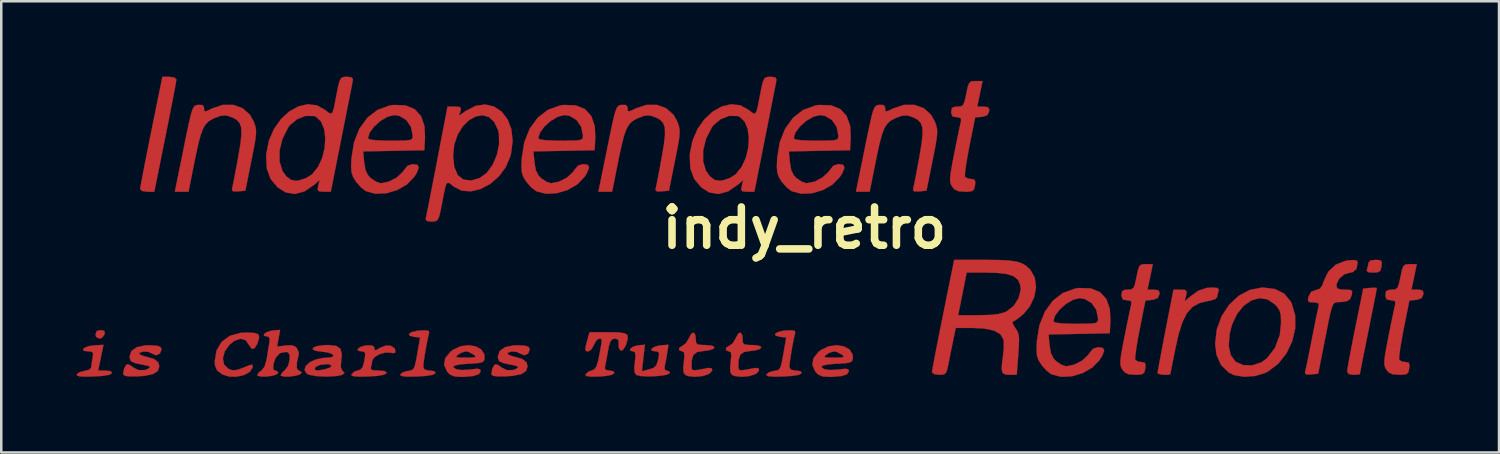
<source format=kicad_pcb>
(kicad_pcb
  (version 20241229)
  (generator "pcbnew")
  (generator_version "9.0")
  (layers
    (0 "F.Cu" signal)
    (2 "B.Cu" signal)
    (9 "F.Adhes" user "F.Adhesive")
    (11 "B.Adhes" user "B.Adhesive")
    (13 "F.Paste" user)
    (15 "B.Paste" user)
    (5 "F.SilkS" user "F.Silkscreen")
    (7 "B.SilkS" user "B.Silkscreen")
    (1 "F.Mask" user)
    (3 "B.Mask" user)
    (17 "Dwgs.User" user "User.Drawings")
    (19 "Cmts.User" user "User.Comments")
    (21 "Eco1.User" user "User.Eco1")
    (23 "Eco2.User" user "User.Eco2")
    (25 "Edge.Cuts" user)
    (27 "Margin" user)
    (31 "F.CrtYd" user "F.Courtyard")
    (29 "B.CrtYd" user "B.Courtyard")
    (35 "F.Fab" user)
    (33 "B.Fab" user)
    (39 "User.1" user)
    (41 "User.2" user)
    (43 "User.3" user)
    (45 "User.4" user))
  (footprint "indy_retro"
    (layer "F.Cu")
    (at 28.942 6.016)
    (property "Reference" "indy_retro" (at 0 0 0) (layer "F.SilkS") (effects (font (size 1.524 1.524) (thickness 0.3))))
    (attr through_hole)
    (fp_poly (pts (xy -27.843 4.092) (xy -27.824 4.202) (xy -27.831 4.233) (xy -27.934 4.372) (xy -28.035 4.403) (xy -28.169 4.338) (xy -28.194 4.233) (xy -28.142 4.099) (xy -27.99 4.064) (xy -27.843 4.092)) (stroke (width 0.01) (type solid)) (fill yes) (layer "F.Cu"))
    (fp_poly (pts (xy 22.908 1.283) (xy 22.974 1.354) (xy 22.963 1.524) (xy 22.917 1.696) (xy 22.811 1.766) (xy 22.63 1.778) (xy 22.434 1.762) (xy 22.373 1.704) (xy 22.385 1.644) (xy 22.432 1.453) (xy 22.437 1.39) (xy 22.514 1.297) (xy 22.718 1.27) (xy 22.908 1.283)) (stroke (width 0.01) (type solid)) (fill yes) (layer "F.Cu"))
    (fp_poly (pts (xy -25.054 -5.982) (xy -24.976 -5.907) (xy -24.976 -5.905) (xy -24.992 -5.797) (xy -25.037 -5.545) (xy -25.108 -5.174) (xy -25.199 -4.706) (xy -25.305 -4.165) (xy -25.415 -3.619) (xy -25.854 -1.439) (xy -26.135 -1.439) (xy -26.337 -1.468) (xy -26.417 -1.544) (xy -26.417 -1.545) (xy -26.401 -1.654) (xy -26.355 -1.905) (xy -26.285 -2.276) (xy -26.193 -2.744) (xy -26.086 -3.285) (xy -25.976 -3.831) (xy -25.534 -6.011) (xy -25.255 -6.011) (xy -25.054 -5.982)) (stroke (width 0.01) (type solid)) (fill yes) (layer "F.Cu"))
    (fp_poly (pts (xy 22.775 2.39) (xy 22.775 2.392) (xy 22.759 2.481) (xy 22.715 2.711) (xy 22.647 3.056) (xy 22.56 3.491) (xy 22.46 3.991) (xy 22.437 4.106) (xy 22.334 4.616) (xy 22.244 5.067) (xy 22.172 5.433) (xy 22.121 5.688) (xy 22.099 5.809) (xy 22.098 5.815) (xy 22.024 5.834) (xy 21.847 5.842) (xy 21.844 5.842) (xy 21.655 5.813) (xy 21.594 5.712) (xy 21.594 5.694) (xy 21.612 5.567) (xy 21.658 5.303) (xy 21.728 4.931) (xy 21.815 4.479) (xy 21.915 3.979) (xy 22.232 2.413) (xy 22.504 2.386) (xy 22.689 2.377) (xy 22.775 2.39)) (stroke (width 0.01) (type solid)) (fill yes) (layer "F.Cu"))
    (fp_poly (pts (xy -27.981 5.16) (xy -28.088 5.673) (xy -27.795 5.673) (xy -27.586 5.698) (xy -27.536 5.775) (xy -27.538 5.779) (xy -27.646 5.843) (xy -27.923 5.888) (xy -28.273 5.909) (xy -28.627 5.916) (xy -28.839 5.903) (xy -28.931 5.867) (xy -28.937 5.824) (xy -28.835 5.741) (xy -28.64 5.689) (xy -28.632 5.688) (xy -28.443 5.639) (xy -28.363 5.554) (xy -28.363 5.551) (xy -28.347 5.393) (xy -28.31 5.175) (xy -28.288 4.993) (xy -28.345 4.922) (xy -28.487 4.911) (xy -28.66 4.886) (xy -28.695 4.828) (xy -28.613 4.757) (xy -28.436 4.698) (xy -28.26 4.674) (xy -27.875 4.648) (xy -27.981 5.16)) (stroke (width 0.01) (type solid)) (fill yes) (layer "F.Cu"))
    (fp_poly (pts (xy -14.939 4.097) (xy -14.922 4.17) (xy -14.932 4.207) (xy -14.98 4.411) (xy -15.037 4.704) (xy -15.092 5.025) (xy -15.135 5.311) (xy -15.155 5.503) (xy -15.155 5.519) (xy -15.109 5.632) (xy -14.944 5.672) (xy -14.894 5.673) (xy -14.705 5.701) (xy -14.668 5.779) (xy -14.777 5.843) (xy -15.054 5.888) (xy -15.403 5.909) (xy -15.758 5.916) (xy -15.969 5.903) (xy -16.061 5.867) (xy -16.067 5.824) (xy -15.966 5.74) (xy -15.772 5.689) (xy -15.771 5.689) (xy -15.639 5.668) (xy -15.553 5.614) (xy -15.494 5.491) (xy -15.441 5.263) (xy -15.396 5.012) (xy -15.282 4.36) (xy -15.52 4.333) (xy -15.696 4.287) (xy -15.726 4.219) (xy -15.628 4.148) (xy -15.419 4.094) (xy -15.29 4.08) (xy -15.049 4.072) (xy -14.939 4.097)) (stroke (width 0.01) (type solid)) (fill yes) (layer "F.Cu"))
    (fp_poly (pts (xy -0.376 4.097) (xy -0.36 4.17) (xy -0.369 4.207) (xy -0.417 4.411) (xy -0.475 4.704) (xy -0.53 5.025) (xy -0.572 5.311) (xy -0.592 5.503) (xy -0.593 5.519) (xy -0.546 5.632) (xy -0.381 5.672) (xy -0.332 5.673) (xy -0.142 5.701) (xy -0.106 5.779) (xy -0.214 5.843) (xy -0.491 5.888) (xy -0.841 5.909) (xy -1.195 5.916) (xy -1.407 5.903) (xy -1.499 5.867) (xy -1.505 5.824) (xy -1.403 5.74) (xy -1.21 5.689) (xy -1.208 5.689) (xy -1.076 5.668) (xy -0.99 5.614) (xy -0.931 5.491) (xy -0.878 5.263) (xy -0.833 5.012) (xy -0.719 4.36) (xy -0.957 4.333) (xy -1.134 4.287) (xy -1.164 4.219) (xy -1.065 4.148) (xy -0.857 4.094) (xy -0.727 4.08) (xy -0.486 4.072) (xy -0.376 4.097)) (stroke (width 0.01) (type solid)) (fill yes) (layer "F.Cu"))
    (fp_poly (pts (xy -21.866 4.178) (xy -21.714 4.234) (xy -21.681 4.355) (xy -21.742 4.569) (xy -21.757 4.609) (xy -21.865 4.786) (xy -21.978 4.81) (xy -22.073 4.678) (xy -22.216 4.469) (xy -22.423 4.407) (xy -22.671 4.492) (xy -22.867 4.65) (xy -23.055 4.915) (xy -23.127 5.189) (xy -23.08 5.43) (xy -22.915 5.597) (xy -22.896 5.606) (xy -22.772 5.654) (xy -22.652 5.663) (xy -22.492 5.625) (xy -22.246 5.532) (xy -22.068 5.459) (xy -21.952 5.438) (xy -21.94 5.54) (xy -21.942 5.552) (xy -22.053 5.724) (xy -22.28 5.849) (xy -22.571 5.916) (xy -22.876 5.914) (xy -23.145 5.832) (xy -23.156 5.825) (xy -23.359 5.668) (xy -23.442 5.46) (xy -23.451 5.31) (xy -23.381 4.875) (xy -23.176 4.532) (xy -22.85 4.293) (xy -22.419 4.172) (xy -22.162 4.16) (xy -21.866 4.178)) (stroke (width 0.01) (type solid)) (fill yes) (layer "F.Cu"))
    (fp_poly (pts (xy 16.42 2.385) (xy 16.489 2.439) (xy 16.477 2.505) (xy 16.43 2.687) (xy 16.425 2.747) (xy 16.348 2.829) (xy 16.145 2.892) (xy 16.073 2.904) (xy 15.725 2.985) (xy 15.447 3.137) (xy 15.225 3.382) (xy 15.044 3.739) (xy 14.89 4.228) (xy 14.775 4.732) (xy 14.695 5.131) (xy 14.628 5.465) (xy 14.582 5.701) (xy 14.563 5.809) (xy 14.563 5.811) (xy 14.492 5.84) (xy 14.333 5.842) (xy 14.163 5.824) (xy 14.058 5.79) (xy 14.051 5.779) (xy 14.066 5.679) (xy 14.108 5.441) (xy 14.174 5.088) (xy 14.257 4.65) (xy 14.353 4.15) (xy 14.366 4.085) (xy 14.684 2.455) (xy 14.964 2.455) (xy 15.151 2.468) (xy 15.211 2.533) (xy 15.187 2.688) (xy 15.131 2.921) (xy 15.334 2.741) (xy 15.668 2.499) (xy 15.999 2.387) (xy 16.217 2.371) (xy 16.42 2.385)) (stroke (width 0.01) (type solid)) (fill yes) (layer "F.Cu"))
    (fp_poly (pts (xy -6.459 5.697) (xy -6.214 5.637) (xy -6.001 5.569) (xy -5.887 5.465) (xy -5.82 5.267) (xy -5.802 5.186) (xy -5.776 4.998) (xy -5.822 4.923) (xy -5.927 4.911) (xy -6.07 4.882) (xy -6.081 4.816) (xy -5.984 4.741) (xy -5.804 4.683) (xy -5.721 4.672) (xy -5.402 4.645) (xy -5.459 5.011) (xy -5.504 5.274) (xy -5.547 5.483) (xy -5.558 5.524) (xy -5.542 5.649) (xy -5.46 5.673) (xy -5.358 5.723) (xy -5.355 5.779) (xy -5.451 5.833) (xy -5.665 5.874) (xy -5.945 5.9) (xy -6.239 5.907) (xy -6.497 5.892) (xy -6.668 5.854) (xy -6.682 5.846) (xy -6.749 5.749) (xy -6.761 5.553) (xy -6.74 5.343) (xy -6.714 5.086) (xy -6.729 4.955) (xy -6.792 4.912) (xy -6.82 4.911) (xy -6.932 4.879) (xy -6.92 4.807) (xy -6.814 4.728) (xy -6.642 4.676) (xy -6.614 4.672) (xy -6.34 4.645) (xy -6.459 5.697)) (stroke (width 0.01) (type solid)) (fill yes) (layer "F.Cu"))
    (fp_poly (pts (xy -4.329 4.274) (xy -4.318 4.403) (xy -4.307 4.558) (xy -4.245 4.632) (xy -4.085 4.655) (xy -3.93 4.657) (xy -3.674 4.681) (xy -3.572 4.739) (xy -3.617 4.81) (xy -3.802 4.87) (xy -3.998 4.894) (xy -4.261 4.936) (xy -4.409 5.045) (xy -4.474 5.257) (xy -4.486 5.493) (xy -4.469 5.627) (xy -4.381 5.666) (xy -4.212 5.643) (xy -3.981 5.6) (xy -3.81 5.568) (xy -3.81 5.568) (xy -3.677 5.585) (xy -3.663 5.674) (xy -3.766 5.788) (xy -3.82 5.82) (xy -4.068 5.897) (xy -4.364 5.921) (xy -4.628 5.892) (xy -4.732 5.849) (xy -4.801 5.753) (xy -4.815 5.562) (xy -4.793 5.343) (xy -4.767 5.084) (xy -4.783 4.953) (xy -4.847 4.912) (xy -4.865 4.911) (xy -4.98 4.865) (xy -4.974 4.77) (xy -4.855 4.689) (xy -4.842 4.686) (xy -4.706 4.583) (xy -4.596 4.397) (xy -4.489 4.202) (xy -4.392 4.161) (xy -4.329 4.274)) (stroke (width 0.01) (type solid)) (fill yes) (layer "F.Cu"))
    (fp_poly (pts (xy -2.466 4.274) (xy -2.455 4.403) (xy -2.445 4.558) (xy -2.382 4.632) (xy -2.222 4.655) (xy -2.067 4.657) (xy -1.811 4.681) (xy -1.709 4.739) (xy -1.754 4.81) (xy -1.94 4.87) (xy -2.136 4.894) (xy -2.398 4.936) (xy -2.547 5.045) (xy -2.612 5.257) (xy -2.624 5.493) (xy -2.606 5.627) (xy -2.518 5.666) (xy -2.349 5.643) (xy -2.118 5.6) (xy -1.948 5.568) (xy -1.947 5.568) (xy -1.814 5.585) (xy -1.8 5.674) (xy -1.903 5.788) (xy -1.957 5.82) (xy -2.205 5.897) (xy -2.502 5.921) (xy -2.765 5.892) (xy -2.87 5.849) (xy -2.938 5.753) (xy -2.952 5.562) (xy -2.93 5.343) (xy -2.904 5.084) (xy -2.92 4.953) (xy -2.984 4.912) (xy -3.003 4.911) (xy -3.117 4.865) (xy -3.112 4.77) (xy -2.992 4.689) (xy -2.98 4.686) (xy -2.843 4.583) (xy -2.733 4.397) (xy -2.627 4.202) (xy -2.529 4.161) (xy -2.466 4.274)) (stroke (width 0.01) (type solid)) (fill yes) (layer "F.Cu"))
    (fp_poly (pts (xy -25.744 4.687) (xy -25.612 4.732) (xy -25.57 4.817) (xy -25.569 4.842) (xy -25.633 4.999) (xy -25.777 5.066) (xy -25.929 5.008) (xy -25.931 5.007) (xy -26.085 4.931) (xy -26.281 4.915) (xy -26.431 4.962) (xy -26.453 4.986) (xy -26.41 5.047) (xy -26.247 5.107) (xy -26.182 5.121) (xy -25.865 5.212) (xy -25.696 5.347) (xy -25.654 5.503) (xy -25.715 5.689) (xy -25.907 5.814) (xy -26.241 5.885) (xy -26.513 5.903) (xy -26.833 5.907) (xy -27.015 5.885) (xy -27.088 5.834) (xy -27.093 5.805) (xy -27.058 5.6) (xy -26.975 5.452) (xy -26.909 5.419) (xy -26.788 5.473) (xy -26.7 5.546) (xy -26.485 5.655) (xy -26.224 5.652) (xy -26.082 5.593) (xy -26.023 5.529) (xy -26.113 5.484) (xy -26.166 5.472) (xy -26.416 5.42) (xy -26.607 5.38) (xy -26.784 5.302) (xy -26.839 5.145) (xy -26.839 5.123) (xy -26.764 4.895) (xy -26.547 4.742) (xy -26.205 4.671) (xy -26.005 4.668) (xy -25.744 4.687)) (stroke (width 0.01) (type solid)) (fill yes) (layer "F.Cu"))
    (fp_poly (pts (xy -18.617 4.692) (xy -18.446 4.812) (xy -18.394 5.039) (xy -18.416 5.257) (xy -18.438 5.527) (xy -18.384 5.664) (xy -18.371 5.674) (xy -18.29 5.767) (xy -18.366 5.84) (xy -18.587 5.89) (xy -18.941 5.912) (xy -18.999 5.913) (xy -19.413 5.895) (xy -19.693 5.842) (xy -19.783 5.799) (xy -19.879 5.655) (xy -19.864 5.597) (xy -19.473 5.597) (xy -19.449 5.656) (xy -19.351 5.668) (xy -19.139 5.635) (xy -19.061 5.62) (xy -18.864 5.554) (xy -18.802 5.481) (xy -18.883 5.429) (xy -19.001 5.419) (xy -19.257 5.447) (xy -19.429 5.522) (xy -19.473 5.597) (xy -19.864 5.597) (xy -19.837 5.498) (xy -19.681 5.351) (xy -19.439 5.234) (xy -19.138 5.171) (xy -19.022 5.166) (xy -18.798 5.141) (xy -18.723 5.083) (xy -18.782 5.013) (xy -18.964 4.953) (xy -19.162 4.927) (xy -19.435 4.889) (xy -19.555 4.829) (xy -19.534 4.761) (xy -19.385 4.701) (xy -19.121 4.663) (xy -18.926 4.657) (xy -18.617 4.692)) (stroke (width 0.01) (type solid)) (fill yes) (layer "F.Cu"))
    (fp_poly (pts (xy -11.096 4.687) (xy -10.965 4.732) (xy -10.923 4.817) (xy -10.922 4.842) (xy -10.986 4.999) (xy -11.13 5.066) (xy -11.282 5.008) (xy -11.283 5.007) (xy -11.438 4.931) (xy -11.634 4.915) (xy -11.784 4.962) (xy -11.805 4.986) (xy -11.763 5.047) (xy -11.599 5.107) (xy -11.535 5.121) (xy -11.218 5.212) (xy -11.048 5.347) (xy -11.007 5.503) (xy -11.068 5.689) (xy -11.259 5.814) (xy -11.594 5.885) (xy -11.865 5.903) (xy -12.186 5.907) (xy -12.368 5.885) (xy -12.441 5.834) (xy -12.446 5.805) (xy -12.411 5.6) (xy -12.327 5.452) (xy -12.262 5.419) (xy -12.141 5.473) (xy -12.053 5.546) (xy -11.838 5.655) (xy -11.577 5.652) (xy -11.434 5.593) (xy -11.376 5.529) (xy -11.466 5.484) (xy -11.519 5.472) (xy -11.769 5.42) (xy -11.959 5.38) (xy -12.137 5.302) (xy -12.192 5.145) (xy -12.192 5.123) (xy -12.117 4.895) (xy -11.9 4.742) (xy -11.557 4.671) (xy -11.357 4.668) (xy -11.096 4.687)) (stroke (width 0.01) (type solid)) (fill yes) (layer "F.Cu"))
    (fp_poly (pts (xy -17.111 4.73) (xy -17.103 4.781) (xy -17.088 4.865) (xy -17.013 4.851) (xy -16.896 4.779) (xy -16.659 4.682) (xy -16.442 4.688) (xy -16.297 4.788) (xy -16.27 4.858) (xy -16.274 4.968) (xy -16.376 4.981) (xy -16.46 4.962) (xy -16.677 4.96) (xy -16.91 5.029) (xy -17.1 5.143) (xy -17.187 5.275) (xy -17.187 5.287) (xy -17.217 5.471) (xy -17.239 5.539) (xy -17.241 5.624) (xy -17.138 5.664) (xy -16.935 5.673) (xy -16.697 5.691) (xy -16.613 5.751) (xy -16.616 5.779) (xy -16.724 5.843) (xy -17.001 5.888) (xy -17.351 5.909) (xy -17.705 5.916) (xy -17.916 5.903) (xy -18.008 5.867) (xy -18.014 5.824) (xy -17.909 5.719) (xy -17.815 5.686) (xy -17.659 5.638) (xy -17.568 5.535) (xy -17.509 5.329) (xy -17.49 5.228) (xy -17.464 5.021) (xy -17.497 4.931) (xy -17.608 4.911) (xy -17.614 4.911) (xy -17.754 4.882) (xy -17.763 4.815) (xy -17.666 4.739) (xy -17.486 4.682) (xy -17.414 4.673) (xy -17.199 4.673) (xy -17.111 4.73)) (stroke (width 0.01) (type solid)) (fill yes) (layer "F.Cu"))
    (fp_poly (pts (xy -13.069 4.712) (xy -12.847 4.837) (xy -12.724 5.032) (xy -12.716 5.191) (xy -12.745 5.288) (xy -12.823 5.346) (xy -12.988 5.379) (xy -13.277 5.398) (xy -13.356 5.401) (xy -13.703 5.429) (xy -13.911 5.475) (xy -13.969 5.536) (xy -13.87 5.606) (xy -13.802 5.63) (xy -13.616 5.651) (xy -13.351 5.639) (xy -13.251 5.626) (xy -13.011 5.601) (xy -12.897 5.624) (xy -12.869 5.696) (xy -12.945 5.818) (xy -13.174 5.893) (xy -13.561 5.925) (xy -13.646 5.926) (xy -13.919 5.907) (xy -14.094 5.833) (xy -14.21 5.713) (xy -14.327 5.45) (xy -14.283 5.182) (xy -14.222 5.105) (xy -13.842 5.105) (xy -13.822 5.143) (xy -13.677 5.157) (xy -13.462 5.159) (xy -13.203 5.155) (xy -13.088 5.137) (xy -13.092 5.093) (xy -13.161 5.035) (xy -13.345 4.936) (xy -13.462 4.911) (xy -13.635 4.96) (xy -13.763 5.035) (xy -13.842 5.105) (xy -14.222 5.105) (xy -14.081 4.93) (xy -13.973 4.847) (xy -13.669 4.706) (xy -13.356 4.665) (xy -13.069 4.712)) (stroke (width 0.01) (type solid)) (fill yes) (layer "F.Cu"))
    (fp_poly (pts (xy 1.578 4.712) (xy 1.801 4.837) (xy 1.923 5.032) (xy 1.931 5.191) (xy 1.902 5.288) (xy 1.824 5.346) (xy 1.659 5.379) (xy 1.37 5.398) (xy 1.291 5.401) (xy 0.944 5.429) (xy 0.737 5.475) (xy 0.678 5.536) (xy 0.777 5.606) (xy 0.846 5.63) (xy 1.031 5.651) (xy 1.296 5.639) (xy 1.396 5.626) (xy 1.636 5.601) (xy 1.751 5.624) (xy 1.778 5.696) (xy 1.703 5.818) (xy 1.474 5.893) (xy 1.086 5.925) (xy 1.001 5.926) (xy 0.728 5.907) (xy 0.553 5.833) (xy 0.437 5.713) (xy 0.32 5.45) (xy 0.365 5.182) (xy 0.426 5.105) (xy 0.805 5.105) (xy 0.826 5.143) (xy 0.97 5.157) (xy 1.185 5.159) (xy 1.444 5.155) (xy 1.559 5.137) (xy 1.556 5.093) (xy 1.487 5.035) (xy 1.302 4.936) (xy 1.185 4.911) (xy 1.012 4.96) (xy 0.884 5.035) (xy 0.805 5.105) (xy 0.426 5.105) (xy 0.566 4.93) (xy 0.675 4.847) (xy 0.978 4.706) (xy 1.291 4.665) (xy 1.578 4.712)) (stroke (width 0.01) (type solid)) (fill yes) (layer "F.Cu"))
    (fp_poly (pts (xy 18.725 2.431) (xy 19.088 2.615) (xy 19.349 2.928) (xy 19.385 2.998) (xy 19.526 3.474) (xy 19.53 3.988) (xy 19.409 4.506) (xy 19.178 4.99) (xy 18.851 5.405) (xy 18.44 5.714) (xy 18.335 5.767) (xy 17.931 5.89) (xy 17.504 5.921) (xy 17.114 5.86) (xy 16.891 5.758) (xy 16.58 5.456) (xy 16.395 5.046) (xy 16.351 4.684) (xy 16.882 4.684) (xy 16.962 5.06) (xy 17.156 5.32) (xy 17.459 5.456) (xy 17.811 5.467) (xy 18.18 5.347) (xy 18.393 5.193) (xy 18.722 4.77) (xy 18.914 4.255) (xy 18.963 3.782) (xy 18.954 3.484) (xy 18.906 3.288) (xy 18.8 3.128) (xy 18.718 3.041) (xy 18.422 2.843) (xy 18.103 2.795) (xy 17.782 2.884) (xy 17.48 3.095) (xy 17.218 3.416) (xy 17.018 3.833) (xy 16.92 4.199) (xy 16.882 4.684) (xy 16.351 4.684) (xy 16.341 4.598) (xy 16.409 4.028) (xy 16.602 3.507) (xy 16.898 3.057) (xy 17.277 2.702) (xy 17.72 2.465) (xy 18.205 2.371) (xy 18.25 2.371) (xy 18.725 2.431)) (stroke (width 0.01) (type solid)) (fill yes) (layer "F.Cu"))
    (fp_poly (pts (xy -22.341 -4.761) (xy -22.048 -4.499) (xy -21.894 -4.219) (xy -21.841 -4.067) (xy -21.811 -3.927) (xy -21.806 -3.764) (xy -21.829 -3.545) (xy -21.881 -3.238) (xy -21.966 -2.807) (xy -21.994 -2.667) (xy -22.232 -1.482) (xy -22.515 -1.454) (xy -22.704 -1.448) (xy -22.767 -1.499) (xy -22.752 -1.603) (xy -22.72 -1.751) (xy -22.666 -2.027) (xy -22.596 -2.393) (xy -22.52 -2.81) (xy -22.515 -2.836) (xy -22.429 -3.349) (xy -22.389 -3.724) (xy -22.398 -3.99) (xy -22.461 -4.173) (xy -22.582 -4.301) (xy -22.746 -4.393) (xy -22.99 -4.474) (xy -23.216 -4.462) (xy -23.501 -4.352) (xy -23.507 -4.349) (xy -23.671 -4.256) (xy -23.802 -4.134) (xy -23.91 -3.959) (xy -24.007 -3.704) (xy -24.103 -3.343) (xy -24.21 -2.852) (xy -24.261 -2.603) (xy -24.493 -1.439) (xy -25.038 -1.439) (xy -24.69 -3.154) (xy -24.573 -3.728) (xy -24.482 -4.157) (xy -24.411 -4.463) (xy -24.352 -4.668) (xy -24.298 -4.792) (xy -24.242 -4.857) (xy -24.177 -4.885) (xy -24.109 -4.895) (xy -23.937 -4.889) (xy -23.878 -4.797) (xy -23.876 -4.756) (xy -23.868 -4.656) (xy -23.815 -4.635) (xy -23.676 -4.693) (xy -23.562 -4.75) (xy -23.127 -4.896) (xy -22.711 -4.896) (xy -22.341 -4.761)) (stroke (width 0.01) (type solid)) (fill yes) (layer "F.Cu"))
    (fp_poly (pts (xy -7.396 4.155) (xy -7.153 4.187) (xy -7.034 4.262) (xy -7.018 4.398) (xy -7.081 4.616) (xy -7.113 4.7) (xy -7.219 4.861) (xy -7.324 4.87) (xy -7.385 4.741) (xy -7.384 4.627) (xy -7.394 4.458) (xy -7.495 4.404) (xy -7.526 4.403) (xy -7.637 4.425) (xy -7.714 4.516) (xy -7.774 4.707) (xy -7.834 5.034) (xy -7.835 5.038) (xy -7.88 5.294) (xy -7.922 5.496) (xy -7.929 5.524) (xy -7.921 5.635) (xy -7.787 5.672) (xy -7.746 5.673) (xy -7.582 5.705) (xy -7.556 5.779) (xy -7.662 5.845) (xy -7.919 5.892) (xy -8.164 5.91) (xy -8.48 5.916) (xy -8.652 5.896) (xy -8.705 5.848) (xy -8.702 5.827) (xy -8.599 5.726) (xy -8.464 5.672) (xy -8.348 5.622) (xy -8.268 5.509) (xy -8.203 5.296) (xy -8.158 5.077) (xy -8.095 4.744) (xy -8.063 4.544) (xy -8.061 4.442) (xy -8.09 4.407) (xy -8.151 4.403) (xy -8.162 4.403) (xy -8.27 4.474) (xy -8.366 4.648) (xy -8.369 4.657) (xy -8.468 4.833) (xy -8.585 4.911) (xy -8.589 4.911) (xy -8.681 4.898) (xy -8.712 4.834) (xy -8.688 4.679) (xy -8.632 4.466) (xy -8.543 4.149) (xy -7.785 4.149) (xy -7.396 4.155)) (stroke (width 0.01) (type solid)) (fill yes) (layer "F.Cu"))
    (fp_poly (pts (xy -5.492 -4.761) (xy -5.199 -4.499) (xy -5.045 -4.219) (xy -4.992 -4.067) (xy -4.962 -3.927) (xy -4.958 -3.764) (xy -4.98 -3.545) (xy -5.033 -3.238) (xy -5.117 -2.807) (xy -5.145 -2.667) (xy -5.383 -1.482) (xy -5.667 -1.454) (xy -5.855 -1.448) (xy -5.918 -1.499) (xy -5.904 -1.603) (xy -5.871 -1.751) (xy -5.817 -2.027) (xy -5.748 -2.393) (xy -5.671 -2.81) (xy -5.666 -2.836) (xy -5.58 -3.349) (xy -5.54 -3.724) (xy -5.55 -3.99) (xy -5.613 -4.173) (xy -5.733 -4.301) (xy -5.898 -4.393) (xy -6.141 -4.474) (xy -6.367 -4.462) (xy -6.652 -4.352) (xy -6.658 -4.349) (xy -6.823 -4.256) (xy -6.953 -4.134) (xy -7.061 -3.959) (xy -7.158 -3.704) (xy -7.254 -3.343) (xy -7.362 -2.852) (xy -7.412 -2.603) (xy -7.644 -1.439) (xy -8.19 -1.439) (xy -7.841 -3.154) (xy -7.724 -3.728) (xy -7.634 -4.157) (xy -7.562 -4.463) (xy -7.503 -4.668) (xy -7.449 -4.792) (xy -7.393 -4.857) (xy -7.328 -4.885) (xy -7.26 -4.895) (xy -7.088 -4.889) (xy -7.029 -4.797) (xy -7.027 -4.756) (xy -7.019 -4.656) (xy -6.967 -4.635) (xy -6.827 -4.693) (xy -6.713 -4.75) (xy -6.279 -4.896) (xy -5.862 -4.896) (xy -5.492 -4.761)) (stroke (width 0.01) (type solid)) (fill yes) (layer "F.Cu"))
    (fp_poly (pts (xy 4.753 -4.761) (xy 5.045 -4.499) (xy 5.199 -4.219) (xy 5.252 -4.067) (xy 5.282 -3.927) (xy 5.287 -3.764) (xy 5.264 -3.545) (xy 5.212 -3.238) (xy 5.128 -2.807) (xy 5.1 -2.667) (xy 4.861 -1.482) (xy 4.578 -1.454) (xy 4.39 -1.448) (xy 4.327 -1.499) (xy 4.341 -1.603) (xy 4.373 -1.751) (xy 4.428 -2.027) (xy 4.497 -2.393) (xy 4.574 -2.81) (xy 4.579 -2.836) (xy 4.664 -3.349) (xy 4.704 -3.724) (xy 4.695 -3.99) (xy 4.632 -4.173) (xy 4.511 -4.301) (xy 4.347 -4.393) (xy 4.104 -4.474) (xy 3.877 -4.462) (xy 3.592 -4.352) (xy 3.586 -4.349) (xy 3.422 -4.256) (xy 3.292 -4.134) (xy 3.183 -3.959) (xy 3.087 -3.704) (xy 2.99 -3.343) (xy 2.883 -2.852) (xy 2.833 -2.603) (xy 2.601 -1.439) (xy 2.055 -1.439) (xy 2.403 -3.154) (xy 2.52 -3.728) (xy 2.611 -4.157) (xy 2.682 -4.463) (xy 2.741 -4.668) (xy 2.795 -4.792) (xy 2.851 -4.857) (xy 2.916 -4.885) (xy 2.985 -4.895) (xy 3.157 -4.889) (xy 3.215 -4.797) (xy 3.217 -4.756) (xy 3.225 -4.656) (xy 3.278 -4.635) (xy 3.418 -4.693) (xy 3.532 -4.75) (xy 3.966 -4.896) (xy 4.383 -4.896) (xy 4.753 -4.761)) (stroke (width 0.01) (type solid)) (fill yes) (layer "F.Cu"))
    (fp_poly (pts (xy -20.91 4.388) (xy -20.971 4.722) (xy -20.633 4.676) (xy -20.382 4.665) (xy -20.234 4.726) (xy -20.186 4.779) (xy -20.11 4.94) (xy -20.107 5.025) (xy -20.184 5.358) (xy -20.186 5.58) (xy -20.114 5.671) (xy -20.099 5.673) (xy -20.003 5.725) (xy -20.002 5.779) (xy -20.093 5.841) (xy -20.279 5.888) (xy -20.503 5.914) (xy -20.702 5.912) (xy -20.818 5.878) (xy -20.828 5.857) (xy -20.766 5.752) (xy -20.664 5.662) (xy -20.533 5.485) (xy -20.473 5.249) (xy -20.473 5.044) (xy -20.536 4.953) (xy -20.616 4.933) (xy -20.856 4.979) (xy -21.031 5.171) (xy -21.108 5.397) (xy -21.129 5.591) (xy -21.078 5.666) (xy -21.03 5.673) (xy -20.934 5.725) (xy -20.933 5.779) (xy -21.025 5.843) (xy -21.212 5.89) (xy -21.435 5.914) (xy -21.635 5.909) (xy -21.75 5.872) (xy -21.759 5.85) (xy -21.693 5.744) (xy -21.601 5.679) (xy -21.472 5.524) (xy -21.389 5.243) (xy -21.387 5.231) (xy -21.339 4.927) (xy -21.29 4.639) (xy -21.282 4.593) (xy -21.264 4.401) (xy -21.317 4.326) (xy -21.376 4.318) (xy -21.495 4.289) (xy -21.488 4.221) (xy -21.383 4.144) (xy -21.21 4.089) (xy -21.15 4.081) (xy -20.849 4.055) (xy -20.91 4.388)) (stroke (width 0.01) (type solid)) (fill yes) (layer "F.Cu"))
    (fp_poly (pts (xy 13.652 2.455) (xy 13.902 2.455) (xy 14.077 2.476) (xy 14.13 2.563) (xy 14.124 2.646) (xy 14.056 2.792) (xy 13.877 2.857) (xy 13.833 2.862) (xy 13.569 2.888) (xy 13.342 4.027) (xy 13.262 4.449) (xy 13.203 4.813) (xy 13.168 5.086) (xy 13.162 5.235) (xy 13.166 5.25) (xy 13.283 5.317) (xy 13.41 5.334) (xy 13.542 5.358) (xy 13.577 5.464) (xy 13.565 5.588) (xy 13.527 5.747) (xy 13.443 5.82) (xy 13.26 5.841) (xy 13.158 5.842) (xy 12.898 5.821) (xy 12.739 5.74) (xy 12.653 5.636) (xy 12.601 5.541) (xy 12.574 5.432) (xy 12.573 5.278) (xy 12.602 5.047) (xy 12.662 4.709) (xy 12.741 4.302) (xy 12.827 3.875) (xy 12.904 3.499) (xy 12.965 3.21) (xy 13.003 3.043) (xy 13.007 3.027) (xy 13 2.915) (xy 12.866 2.879) (xy 12.833 2.879) (xy 12.669 2.846) (xy 12.617 2.715) (xy 12.615 2.667) (xy 12.643 2.515) (xy 12.761 2.46) (xy 12.865 2.455) (xy 13.005 2.444) (xy 13.091 2.386) (xy 13.151 2.24) (xy 13.21 1.969) (xy 13.215 1.947) (xy 13.274 1.668) (xy 13.332 1.516) (xy 13.417 1.453) (xy 13.557 1.439) (xy 13.59 1.439) (xy 13.864 1.439) (xy 13.652 2.455)) (stroke (width 0.01) (type solid)) (fill yes) (layer "F.Cu"))
    (fp_poly (pts (xy 6.985 -5.334) (xy 6.879 -4.826) (xy 7.128 -4.826) (xy 7.304 -4.805) (xy 7.356 -4.718) (xy 7.351 -4.636) (xy 7.283 -4.489) (xy 7.104 -4.424) (xy 7.06 -4.419) (xy 6.796 -4.394) (xy 6.568 -3.254) (xy 6.489 -2.833) (xy 6.429 -2.469) (xy 6.394 -2.196) (xy 6.389 -2.046) (xy 6.393 -2.031) (xy 6.51 -1.965) (xy 6.637 -1.947) (xy 6.769 -1.923) (xy 6.804 -1.817) (xy 6.791 -1.693) (xy 6.754 -1.535) (xy 6.67 -1.461) (xy 6.487 -1.44) (xy 6.385 -1.439) (xy 6.125 -1.46) (xy 5.965 -1.541) (xy 5.88 -1.646) (xy 5.828 -1.74) (xy 5.8 -1.849) (xy 5.8 -2.003) (xy 5.829 -2.234) (xy 5.889 -2.572) (xy 5.968 -2.979) (xy 6.054 -3.407) (xy 6.131 -3.783) (xy 6.192 -4.072) (xy 6.23 -4.238) (xy 6.234 -4.255) (xy 6.227 -4.366) (xy 6.093 -4.402) (xy 6.059 -4.403) (xy 5.895 -4.436) (xy 5.843 -4.567) (xy 5.842 -4.614) (xy 5.87 -4.767) (xy 5.988 -4.821) (xy 6.092 -4.826) (xy 6.232 -4.837) (xy 6.318 -4.896) (xy 6.378 -5.041) (xy 6.437 -5.312) (xy 6.441 -5.334) (xy 6.501 -5.614) (xy 6.559 -5.765) (xy 6.643 -5.829) (xy 6.784 -5.842) (xy 6.816 -5.842) (xy 7.091 -5.842) (xy 6.985 -5.334)) (stroke (width 0.01) (type solid)) (fill yes) (layer "F.Cu"))
    (fp_poly (pts (xy 24.257 1.947) (xy 24.151 2.455) (xy 24.4 2.455) (xy 24.576 2.476) (xy 24.628 2.563) (xy 24.623 2.646) (xy 24.555 2.792) (xy 24.376 2.857) (xy 24.332 2.862) (xy 24.068 2.888) (xy 23.84 4.027) (xy 23.761 4.449) (xy 23.701 4.813) (xy 23.666 5.086) (xy 23.661 5.235) (xy 23.665 5.25) (xy 23.782 5.317) (xy 23.909 5.334) (xy 24.041 5.358) (xy 24.076 5.464) (xy 24.063 5.588) (xy 24.026 5.747) (xy 23.942 5.82) (xy 23.759 5.841) (xy 23.657 5.842) (xy 23.397 5.821) (xy 23.237 5.74) (xy 23.152 5.636) (xy 23.1 5.541) (xy 23.072 5.432) (xy 23.072 5.278) (xy 23.101 5.047) (xy 23.161 4.709) (xy 23.24 4.302) (xy 23.326 3.875) (xy 23.403 3.499) (xy 23.464 3.21) (xy 23.502 3.043) (xy 23.506 3.027) (xy 23.499 2.915) (xy 23.365 2.879) (xy 23.331 2.879) (xy 23.167 2.846) (xy 23.115 2.715) (xy 23.114 2.667) (xy 23.142 2.515) (xy 23.26 2.46) (xy 23.364 2.455) (xy 23.504 2.444) (xy 23.59 2.386) (xy 23.65 2.24) (xy 23.709 1.969) (xy 23.713 1.947) (xy 23.773 1.668) (xy 23.831 1.516) (xy 23.915 1.453) (xy 24.056 1.439) (xy 24.088 1.439) (xy 24.363 1.439) (xy 24.257 1.947)) (stroke (width 0.01) (type solid)) (fill yes) (layer "F.Cu"))
    (fp_poly (pts (xy 21.985 1.304) (xy 22.013 1.379) (xy 21.96 1.637) (xy 21.805 1.765) (xy 21.708 1.778) (xy 21.477 1.847) (xy 21.278 2.017) (xy 21.172 2.232) (xy 21.167 2.286) (xy 21.196 2.398) (xy 21.313 2.446) (xy 21.498 2.455) (xy 21.709 2.463) (xy 21.791 2.51) (xy 21.783 2.629) (xy 21.768 2.688) (xy 21.702 2.842) (xy 21.577 2.917) (xy 21.357 2.947) (xy 21.242 2.951) (xy 21.155 2.956) (xy 21.087 2.984) (xy 21.031 3.054) (xy 20.978 3.186) (xy 20.922 3.4) (xy 20.853 3.717) (xy 20.766 4.157) (xy 20.651 4.739) (xy 20.634 4.826) (xy 20.44 5.8) (xy 20.161 5.827) (xy 19.974 5.831) (xy 19.914 5.779) (xy 19.926 5.7) (xy 19.958 5.563) (xy 20.015 5.295) (xy 20.088 4.932) (xy 20.172 4.51) (xy 20.193 4.403) (xy 20.278 3.972) (xy 20.354 3.593) (xy 20.415 3.301) (xy 20.453 3.131) (xy 20.458 3.111) (xy 20.454 3.005) (xy 20.333 2.966) (xy 20.248 2.963) (xy 20.075 2.948) (xy 20.03 2.871) (xy 20.058 2.731) (xy 20.163 2.539) (xy 20.345 2.471) (xy 20.51 2.416) (xy 20.611 2.268) (xy 20.656 2.128) (xy 20.841 1.74) (xy 21.147 1.457) (xy 21.543 1.304) (xy 21.626 1.292) (xy 21.869 1.275) (xy 21.985 1.304)) (stroke (width 0.01) (type solid)) (fill yes) (layer "F.Cu"))
    (fp_poly (pts (xy -15.864 -4.875) (xy -15.5 -4.727) (xy -15.247 -4.452) (xy -15.108 -4.056) (xy -15.086 -3.598) (xy -15.113 -3.09) (xy -16.33 -3.067) (xy -17.547 -3.043) (xy -17.505 -2.606) (xy -17.452 -2.295) (xy -17.346 -2.086) (xy -17.236 -1.973) (xy -17.035 -1.84) (xy -16.853 -1.778) (xy -16.841 -1.778) (xy -16.526 -1.841) (xy -16.212 -2.004) (xy -15.975 -2.224) (xy -15.937 -2.282) (xy -15.776 -2.478) (xy -15.571 -2.539) (xy -15.557 -2.539) (xy -15.382 -2.506) (xy -15.334 -2.394) (xy -15.414 -2.191) (xy -15.515 -2.03) (xy -15.806 -1.729) (xy -16.191 -1.508) (xy -16.623 -1.379) (xy -17.052 -1.358) (xy -17.431 -1.459) (xy -17.439 -1.463) (xy -17.622 -1.602) (xy -17.812 -1.813) (xy -17.849 -1.864) (xy -17.955 -2.042) (xy -18.011 -2.217) (xy -18.026 -2.448) (xy -18.012 -2.774) (xy -17.91 -3.407) (xy -17.847 -3.567) (xy -17.357 -3.567) (xy -17.281 -3.518) (xy -17.051 -3.487) (xy -16.661 -3.473) (xy -16.468 -3.471) (xy -16.072 -3.473) (xy -15.816 -3.481) (xy -15.668 -3.503) (xy -15.6 -3.547) (xy -15.58 -3.619) (xy -15.579 -3.679) (xy -15.648 -4.023) (xy -15.836 -4.294) (xy -16.111 -4.457) (xy -16.311 -4.487) (xy -16.573 -4.424) (xy -16.854 -4.259) (xy -17.109 -4.033) (xy -17.291 -3.786) (xy -17.357 -3.567) (xy -17.847 -3.567) (xy -17.695 -3.948) (xy -17.38 -4.383) (xy -16.976 -4.695) (xy -16.496 -4.869) (xy -16.333 -4.892) (xy -15.864 -4.875)) (stroke (width 0.01) (type solid)) (fill yes) (layer "F.Cu"))
    (fp_poly (pts (xy -9.091 -4.875) (xy -8.727 -4.727) (xy -8.474 -4.452) (xy -8.335 -4.056) (xy -8.312 -3.598) (xy -8.34 -3.09) (xy -9.557 -3.067) (xy -10.774 -3.043) (xy -10.732 -2.606) (xy -10.678 -2.295) (xy -10.572 -2.086) (xy -10.462 -1.973) (xy -10.262 -1.84) (xy -10.08 -1.778) (xy -10.068 -1.778) (xy -9.752 -1.841) (xy -9.439 -2.004) (xy -9.201 -2.224) (xy -9.163 -2.282) (xy -9.002 -2.478) (xy -8.798 -2.539) (xy -8.784 -2.539) (xy -8.608 -2.506) (xy -8.561 -2.394) (xy -8.641 -2.191) (xy -8.742 -2.03) (xy -9.032 -1.729) (xy -9.418 -1.508) (xy -9.849 -1.379) (xy -10.279 -1.358) (xy -10.658 -1.459) (xy -10.665 -1.463) (xy -10.849 -1.602) (xy -11.039 -1.813) (xy -11.076 -1.864) (xy -11.182 -2.042) (xy -11.237 -2.217) (xy -11.253 -2.448) (xy -11.239 -2.774) (xy -11.137 -3.407) (xy -11.074 -3.567) (xy -10.583 -3.567) (xy -10.508 -3.518) (xy -10.278 -3.487) (xy -9.888 -3.473) (xy -9.694 -3.471) (xy -9.299 -3.473) (xy -9.042 -3.481) (xy -8.895 -3.503) (xy -8.826 -3.547) (xy -8.806 -3.619) (xy -8.805 -3.679) (xy -8.875 -4.023) (xy -9.063 -4.294) (xy -9.337 -4.457) (xy -9.537 -4.487) (xy -9.8 -4.424) (xy -10.081 -4.259) (xy -10.335 -4.033) (xy -10.518 -3.786) (xy -10.583 -3.567) (xy -11.074 -3.567) (xy -10.922 -3.948) (xy -10.606 -4.383) (xy -10.203 -4.695) (xy -9.723 -4.869) (xy -9.56 -4.892) (xy -9.091 -4.875)) (stroke (width 0.01) (type solid)) (fill yes) (layer "F.Cu"))
    (fp_poly (pts (xy 1.069 -4.875) (xy 1.433 -4.727) (xy 1.686 -4.452) (xy 1.825 -4.056) (xy 1.848 -3.598) (xy 1.82 -3.09) (xy 0.603 -3.067) (xy -0.614 -3.043) (xy -0.572 -2.606) (xy -0.518 -2.295) (xy -0.412 -2.086) (xy -0.302 -1.973) (xy -0.102 -1.84) (xy 0.08 -1.778) (xy 0.092 -1.778) (xy 0.408 -1.841) (xy 0.721 -2.004) (xy 0.959 -2.224) (xy 0.997 -2.282) (xy 1.158 -2.478) (xy 1.362 -2.539) (xy 1.376 -2.539) (xy 1.552 -2.506) (xy 1.599 -2.394) (xy 1.519 -2.191) (xy 1.418 -2.03) (xy 1.128 -1.729) (xy 0.742 -1.508) (xy 0.311 -1.379) (xy -0.119 -1.358) (xy -0.498 -1.459) (xy -0.505 -1.463) (xy -0.689 -1.602) (xy -0.879 -1.813) (xy -0.916 -1.864) (xy -1.022 -2.042) (xy -1.077 -2.217) (xy -1.093 -2.448) (xy -1.079 -2.774) (xy -0.977 -3.407) (xy -0.914 -3.567) (xy -0.423 -3.567) (xy -0.348 -3.518) (xy -0.118 -3.487) (xy 0.272 -3.473) (xy 0.466 -3.471) (xy 0.861 -3.473) (xy 1.118 -3.481) (xy 1.265 -3.503) (xy 1.334 -3.547) (xy 1.354 -3.619) (xy 1.355 -3.679) (xy 1.285 -4.023) (xy 1.097 -4.294) (xy 0.823 -4.457) (xy 0.623 -4.487) (xy 0.36 -4.424) (xy 0.079 -4.259) (xy -0.175 -4.033) (xy -0.358 -3.786) (xy -0.423 -3.567) (xy -0.914 -3.567) (xy -0.762 -3.948) (xy -0.446 -4.383) (xy -0.043 -4.695) (xy 0.437 -4.869) (xy 0.6 -4.892) (xy 1.069 -4.875)) (stroke (width 0.01) (type solid)) (fill yes) (layer "F.Cu"))
    (fp_poly (pts (xy 11.399 2.406) (xy 11.762 2.555) (xy 12.016 2.829) (xy 12.154 3.225) (xy 12.177 3.683) (xy 12.15 4.191) (xy 10.933 4.215) (xy 9.716 4.238) (xy 9.758 4.675) (xy 9.811 4.986) (xy 9.917 5.195) (xy 10.027 5.308) (xy 10.228 5.442) (xy 10.41 5.503) (xy 10.421 5.503) (xy 10.737 5.44) (xy 11.051 5.277) (xy 11.288 5.057) (xy 11.326 4.999) (xy 11.487 4.804) (xy 11.692 4.742) (xy 11.705 4.742) (xy 11.881 4.776) (xy 11.928 4.887) (xy 11.848 5.091) (xy 11.748 5.252) (xy 11.457 5.552) (xy 11.072 5.774) (xy 10.64 5.902) (xy 10.21 5.923) (xy 9.832 5.822) (xy 9.824 5.818) (xy 9.64 5.679) (xy 9.45 5.469) (xy 9.414 5.417) (xy 9.307 5.24) (xy 9.252 5.064) (xy 9.237 4.833) (xy 9.25 4.507) (xy 9.352 3.874) (xy 9.416 3.714) (xy 9.906 3.714) (xy 9.981 3.763) (xy 10.211 3.794) (xy 10.602 3.809) (xy 10.795 3.81) (xy 11.191 3.809) (xy 11.447 3.8) (xy 11.594 3.778) (xy 11.663 3.734) (xy 11.683 3.662) (xy 11.684 3.602) (xy 11.614 3.258) (xy 11.426 2.987) (xy 11.152 2.825) (xy 10.952 2.794) (xy 10.689 2.858) (xy 10.408 3.022) (xy 10.154 3.248) (xy 9.972 3.495) (xy 9.906 3.714) (xy 9.416 3.714) (xy 9.567 3.333) (xy 9.883 2.898) (xy 10.287 2.586) (xy 10.767 2.413) (xy 10.929 2.389) (xy 11.399 2.406)) (stroke (width 0.01) (type solid)) (fill yes) (layer "F.Cu"))
    (fp_poly (pts (xy -12.335 -4.826) (xy -12.035 -4.623) (xy -11.802 -4.317) (xy -11.651 -3.925) (xy -11.6 -3.463) (xy -11.665 -2.948) (xy -11.688 -2.86) (xy -11.872 -2.423) (xy -12.148 -2.05) (xy -12.489 -1.754) (xy -12.867 -1.551) (xy -13.254 -1.455) (xy -13.623 -1.481) (xy -13.945 -1.644) (xy -13.957 -1.653) (xy -14.085 -1.758) (xy -14.171 -1.801) (xy -14.232 -1.759) (xy -14.283 -1.609) (xy -14.342 -1.331) (xy -14.393 -1.058) (xy -14.466 -0.688) (xy -14.524 -0.454) (xy -14.584 -0.324) (xy -14.664 -0.268) (xy -14.781 -0.254) (xy -14.832 -0.254) (xy -15.011 -0.274) (xy -15.06 -0.351) (xy -15.052 -0.402) (xy -15.026 -0.523) (xy -14.973 -0.786) (xy -14.897 -1.168) (xy -14.804 -1.644) (xy -14.698 -2.19) (xy -14.602 -2.688) (xy -14.566 -2.877) (xy -13.97 -2.877) (xy -13.922 -2.421) (xy -13.783 -2.101) (xy -13.558 -1.922) (xy -13.25 -1.888) (xy -12.922 -1.98) (xy -12.637 -2.182) (xy -12.4 -2.506) (xy -12.228 -2.905) (xy -12.139 -3.336) (xy -12.149 -3.752) (xy -12.181 -3.893) (xy -12.338 -4.223) (xy -12.553 -4.414) (xy -12.807 -4.48) (xy -13.077 -4.431) (xy -13.345 -4.278) (xy -13.588 -4.035) (xy -13.787 -3.711) (xy -13.921 -3.32) (xy -13.97 -2.877) (xy -14.566 -2.877) (xy -14.191 -4.826) (xy -13.905 -4.826) (xy -13.716 -4.813) (xy -13.656 -4.754) (xy -13.678 -4.644) (xy -13.735 -4.462) (xy -13.468 -4.653) (xy -13.068 -4.858) (xy -12.685 -4.91) (xy -12.335 -4.826)) (stroke (width 0.01) (type solid)) (fill yes) (layer "F.Cu"))
    (fp_poly (pts (xy -18.01 -5.993) (xy -17.956 -5.915) (xy -17.966 -5.821) (xy -17.992 -5.688) (xy -18.046 -5.413) (xy -18.124 -5.022) (xy -18.219 -4.54) (xy -18.328 -3.991) (xy -18.418 -3.535) (xy -18.834 -1.439) (xy -19.113 -1.439) (xy -19.3 -1.452) (xy -19.36 -1.517) (xy -19.336 -1.672) (xy -19.28 -1.905) (xy -19.483 -1.725) (xy -19.877 -1.454) (xy -20.261 -1.349) (xy -20.63 -1.412) (xy -20.947 -1.613) (xy -21.229 -1.949) (xy -21.379 -2.357) (xy -21.395 -2.648) (xy -20.872 -2.648) (xy -20.759 -2.271) (xy -20.605 -2.055) (xy -20.416 -1.909) (xy -20.214 -1.877) (xy -20.09 -1.892) (xy -19.817 -1.982) (xy -19.58 -2.132) (xy -19.577 -2.134) (xy -19.341 -2.428) (xy -19.175 -2.79) (xy -19.078 -3.185) (xy -19.053 -3.58) (xy -19.101 -3.939) (xy -19.221 -4.229) (xy -19.416 -4.415) (xy -19.513 -4.452) (xy -19.843 -4.455) (xy -20.177 -4.324) (xy -20.461 -4.087) (xy -20.531 -3.993) (xy -20.756 -3.545) (xy -20.871 -3.085) (xy -20.872 -2.648) (xy -21.395 -2.648) (xy -21.406 -2.862) (xy -21.398 -2.962) (xy -21.295 -3.475) (xy -21.095 -3.934) (xy -20.821 -4.323) (xy -20.492 -4.628) (xy -20.13 -4.832) (xy -19.756 -4.92) (xy -19.39 -4.878) (xy -19.057 -4.692) (xy -18.92 -4.581) (xy -18.829 -4.542) (xy -18.766 -4.598) (xy -18.712 -4.769) (xy -18.65 -5.077) (xy -18.626 -5.207) (xy -18.554 -5.577) (xy -18.496 -5.812) (xy -18.436 -5.942) (xy -18.355 -5.998) (xy -18.238 -6.011) (xy -18.188 -6.011) (xy -18.01 -5.993)) (stroke (width 0.01) (type solid)) (fill yes) (layer "F.Cu"))
    (fp_poly (pts (xy -1.161 -5.993) (xy -1.107 -5.915) (xy -1.118 -5.821) (xy -1.144 -5.688) (xy -1.198 -5.413) (xy -1.275 -5.022) (xy -1.37 -4.54) (xy -1.479 -3.991) (xy -1.57 -3.535) (xy -1.985 -1.439) (xy -2.264 -1.439) (xy -2.451 -1.452) (xy -2.511 -1.517) (xy -2.487 -1.672) (xy -2.431 -1.905) (xy -2.634 -1.725) (xy -3.029 -1.454) (xy -3.413 -1.349) (xy -3.781 -1.412) (xy -4.098 -1.613) (xy -4.38 -1.949) (xy -4.531 -2.357) (xy -4.546 -2.648) (xy -4.023 -2.648) (xy -3.911 -2.271) (xy -3.756 -2.055) (xy -3.568 -1.909) (xy -3.365 -1.877) (xy -3.241 -1.892) (xy -2.968 -1.982) (xy -2.732 -2.132) (xy -2.728 -2.134) (xy -2.492 -2.428) (xy -2.326 -2.79) (xy -2.23 -3.185) (xy -2.205 -3.58) (xy -2.252 -3.939) (xy -2.372 -4.229) (xy -2.567 -4.415) (xy -2.664 -4.452) (xy -2.994 -4.455) (xy -3.329 -4.324) (xy -3.612 -4.087) (xy -3.682 -3.993) (xy -3.908 -3.545) (xy -4.022 -3.085) (xy -4.023 -2.648) (xy -4.546 -2.648) (xy -4.557 -2.862) (xy -4.55 -2.962) (xy -4.446 -3.475) (xy -4.247 -3.934) (xy -3.972 -4.323) (xy -3.644 -4.628) (xy -3.282 -4.832) (xy -2.907 -4.92) (xy -2.541 -4.878) (xy -2.208 -4.692) (xy -2.071 -4.581) (xy -1.98 -4.542) (xy -1.917 -4.598) (xy -1.864 -4.769) (xy -1.802 -5.077) (xy -1.777 -5.207) (xy -1.705 -5.577) (xy -1.648 -5.812) (xy -1.587 -5.942) (xy -1.507 -5.998) (xy -1.39 -6.011) (xy -1.339 -6.011) (xy -1.161 -5.993)) (stroke (width 0.01) (type solid)) (fill yes) (layer "F.Cu"))
    (fp_poly (pts (xy 7.726 1.275) (xy 8.137 1.296) (xy 8.439 1.339) (xy 8.662 1.411) (xy 8.837 1.518) (xy 8.994 1.667) (xy 9 1.674) (xy 9.17 1.981) (xy 9.217 2.354) (xy 9.146 2.751) (xy 8.965 3.132) (xy 8.72 3.42) (xy 8.515 3.591) (xy 8.354 3.702) (xy 8.295 3.725) (xy 8.282 3.783) (xy 8.358 3.927) (xy 8.39 3.972) (xy 8.474 4.101) (xy 8.524 4.234) (xy 8.542 4.414) (xy 8.535 4.683) (xy 8.512 5.03) (xy 8.451 5.842) (xy 8.169 5.842) (xy 7.987 5.827) (xy 7.884 5.761) (xy 7.849 5.611) (xy 7.868 5.346) (xy 7.897 5.141) (xy 7.93 4.833) (xy 7.936 4.565) (xy 7.922 4.438) (xy 7.796 4.224) (xy 7.537 4.079) (xy 7.135 3.999) (xy 6.7 3.979) (xy 6.025 3.979) (xy 5.941 4.381) (xy 5.876 4.696) (xy 5.8 5.074) (xy 5.753 5.313) (xy 5.694 5.599) (xy 5.638 5.758) (xy 5.557 5.826) (xy 5.425 5.842) (xy 5.365 5.842) (xy 5.16 5.814) (xy 5.079 5.739) (xy 5.079 5.736) (xy 5.095 5.628) (xy 5.141 5.376) (xy 5.211 5.005) (xy 5.303 4.537) (xy 5.41 3.996) (xy 5.516 3.471) (xy 6.121 3.471) (xy 6.934 3.471) (xy 7.393 3.46) (xy 7.724 3.424) (xy 7.967 3.357) (xy 8.043 3.323) (xy 8.323 3.106) (xy 8.521 2.802) (xy 8.607 2.469) (xy 8.593 2.285) (xy 8.505 2.074) (xy 8.333 1.926) (xy 8.056 1.834) (xy 7.651 1.787) (xy 7.255 1.778) (xy 6.459 1.778) (xy 6.121 3.471) (xy 5.516 3.471) (xy 5.52 3.45) (xy 5.962 1.27) (xy 7.176 1.27) (xy 7.726 1.275)) (stroke (width 0.01) (type solid)) (fill yes) (layer "F.Cu")))
  (gr_rect
    (start -3 -3)
    (end 56.575 14.947)
    (stroke (width 0.1) (type default))
    (fill no)
    (layer "Edge.Cuts")))
</source>
